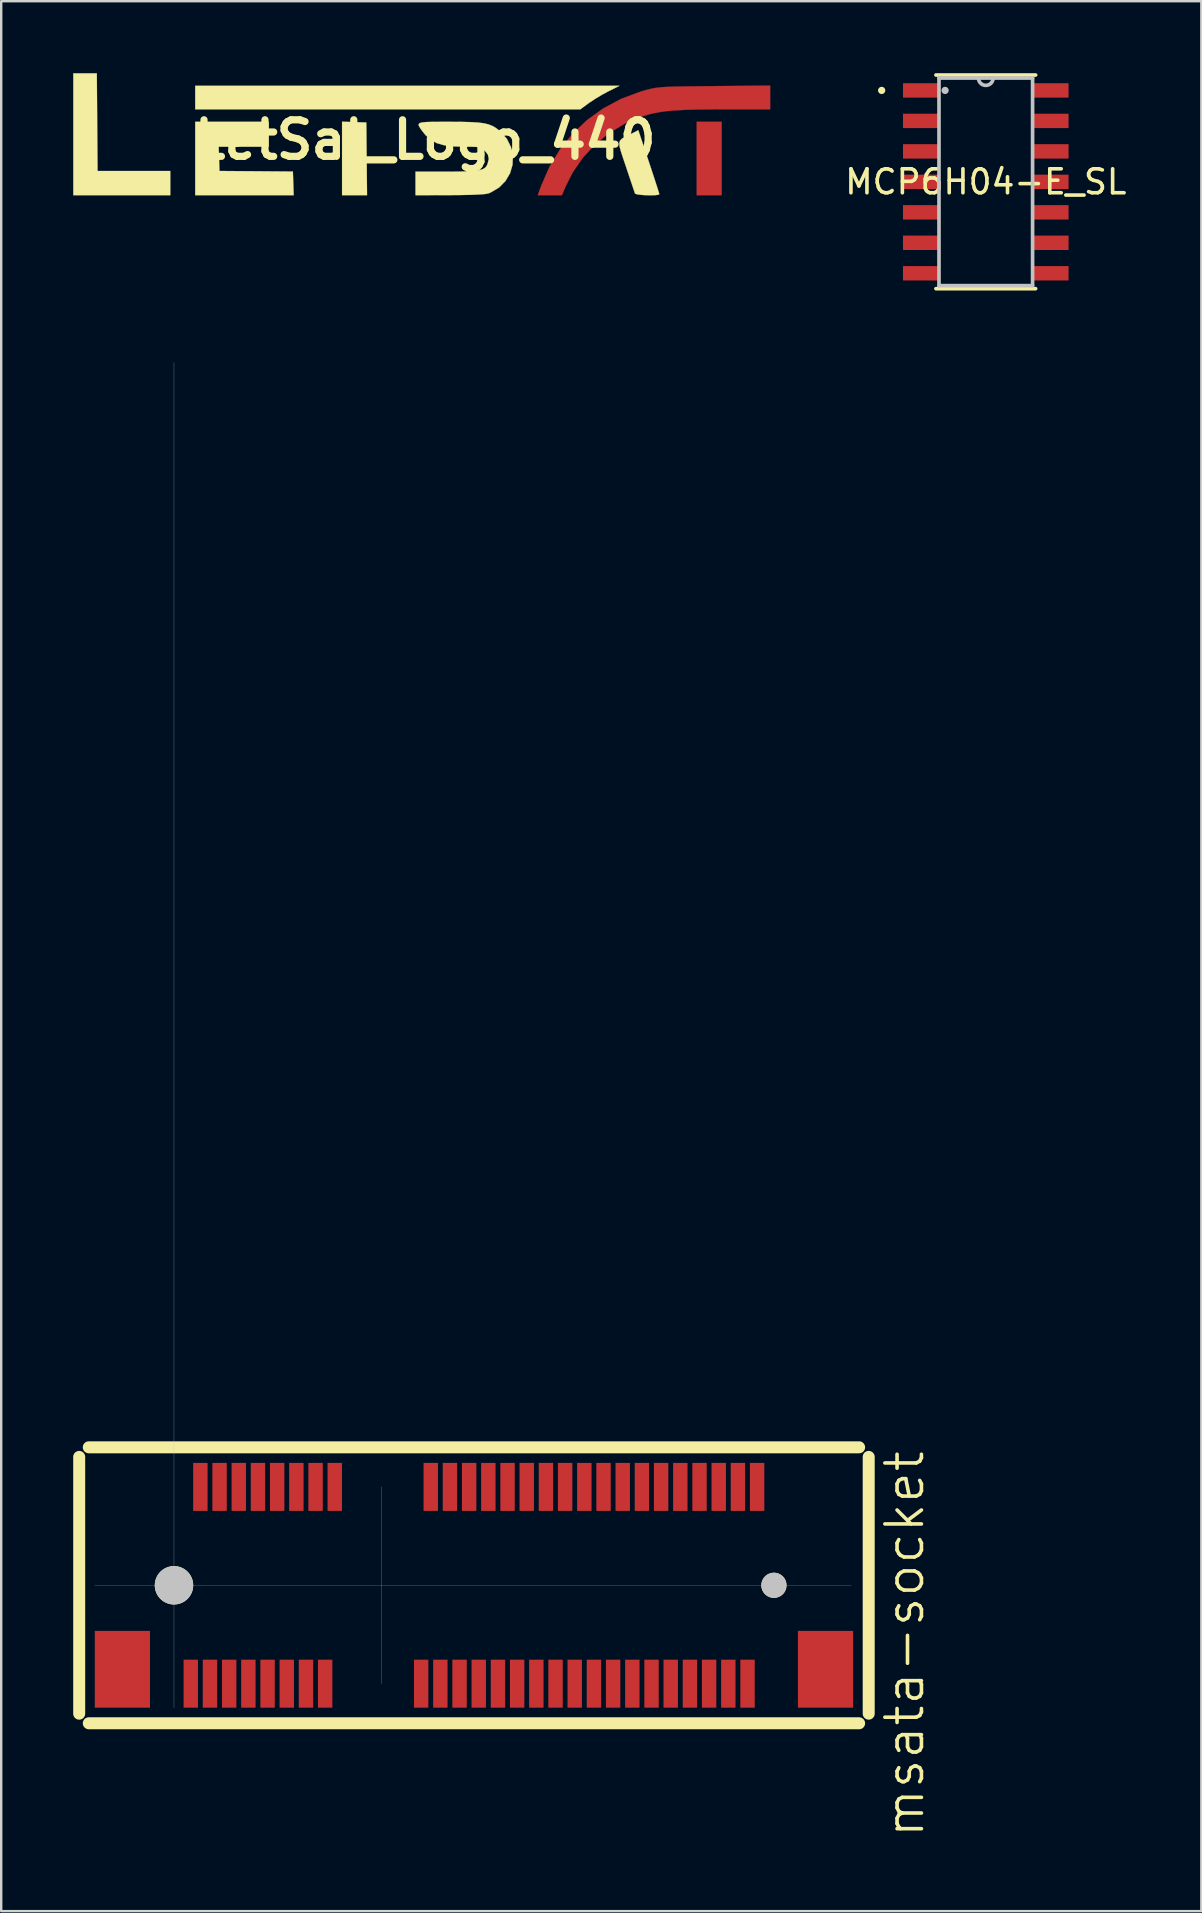
<source format=kicad_pcb>
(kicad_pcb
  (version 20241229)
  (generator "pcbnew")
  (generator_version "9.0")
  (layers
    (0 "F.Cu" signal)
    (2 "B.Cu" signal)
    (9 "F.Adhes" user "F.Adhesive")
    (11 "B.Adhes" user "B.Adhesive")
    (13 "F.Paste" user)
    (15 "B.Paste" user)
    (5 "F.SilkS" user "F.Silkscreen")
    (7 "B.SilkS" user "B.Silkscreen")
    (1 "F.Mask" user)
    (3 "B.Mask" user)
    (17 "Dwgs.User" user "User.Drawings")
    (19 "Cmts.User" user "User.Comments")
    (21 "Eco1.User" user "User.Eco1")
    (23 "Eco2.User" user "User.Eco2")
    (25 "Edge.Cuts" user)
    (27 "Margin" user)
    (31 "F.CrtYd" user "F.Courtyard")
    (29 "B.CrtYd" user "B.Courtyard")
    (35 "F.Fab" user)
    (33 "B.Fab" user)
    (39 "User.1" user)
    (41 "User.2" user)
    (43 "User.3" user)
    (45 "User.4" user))
  (footprint "msata-socket"
    (layer "F.Cu")
    (at 4.2 63.011)
    (property "Reference" "msata-socket" (at 30.45 2.45 90) (layer "F.SilkS") (effects (font (size 1.524 1.524) (thickness 0.15))))
    (attr through_hole)
    (fp_line (start -3.95 -5.35) (end -3.95 5.35) (stroke (width 0.5) (type solid)) (layer "F.SilkS"))
    (fp_line (start -3.55 5.75) (end 28.55 5.75) (stroke (width 0.5) (type solid)) (layer "F.SilkS"))
    (fp_line (start 28.55 -5.75) (end -3.55 -5.75) (stroke (width 0.5) (type solid)) (layer "F.SilkS"))
    (fp_line (start 28.95 5.35) (end 28.95 -5.35) (stroke (width 0.5) (type solid)) (layer "F.SilkS"))
    (fp_line (start -3.3 0) (end 28.225 0) (stroke (width 0.01) (type solid)) (layer "Dwgs.User"))
    (fp_line (start 0 -50.95) (end 0 5.1) (stroke (width 0.01) (type solid)) (layer "Dwgs.User"))
    (fp_line (start 8.65 4.1) (end 8.65 -4.1) (stroke (width 0.01) (type solid)) (layer "Dwgs.User"))
    (pad "" smd rect (at -2.15 3.5) (size 2.3 3.2) (layers "F.Cu" "F.Mask" "F.Paste"))
    (pad "" connect circle (at 0 0) (size 1.6 1.6) (layers "F.SilkS" "Dwgs.User"))
    (pad "" connect circle (at 25 0) (size 1.05 1.05) (layers "F.SilkS" "Dwgs.User"))
    (pad "" smd rect (at 27.15 3.5) (size 2.3 3.2) (layers "F.Cu" "F.Mask" "F.Paste"))
    (pad "1" smd rect (at 0.7 4.1) (size 0.6 2) (layers "F.Cu" "F.Mask" "F.Paste"))
    (pad "2" smd rect (at 1.1 -4.1) (size 0.6 2) (layers "F.Cu" "F.Mask" "F.Paste"))
    (pad "3" smd rect (at 1.5 4.1) (size 0.6 2) (layers "F.Cu" "F.Mask" "F.Paste"))
    (pad "4" smd rect (at 1.9 -4.1) (size 0.6 2) (layers "F.Cu" "F.Mask" "F.Paste"))
    (pad "5" smd rect (at 2.3 4.1) (size 0.6 2) (layers "F.Cu" "F.Mask" "F.Paste"))
    (pad "6" smd rect (at 2.7 -4.1) (size 0.6 2) (layers "F.Cu" "F.Mask" "F.Paste"))
    (pad "7" smd rect (at 3.1 4.1) (size 0.6 2) (layers "F.Cu" "F.Mask" "F.Paste"))
    (pad "8" smd rect (at 3.5 -4.1) (size 0.6 2) (layers "F.Cu" "F.Mask" "F.Paste"))
    (pad "9" smd rect (at 3.9 4.1) (size 0.6 2) (layers "F.Cu" "F.Mask" "F.Paste"))
    (pad "10" smd rect (at 4.3 -4.1) (size 0.6 2) (layers "F.Cu" "F.Mask" "F.Paste"))
    (pad "11" smd rect (at 4.7 4.1) (size 0.6 2) (layers "F.Cu" "F.Mask" "F.Paste"))
    (pad "12" smd rect (at 5.1 -4.1) (size 0.6 2) (layers "F.Cu" "F.Mask" "F.Paste"))
    (pad "13" smd rect (at 5.5 4.1) (size 0.6 2) (layers "F.Cu" "F.Mask" "F.Paste"))
    (pad "14" smd rect (at 5.9 -4.1) (size 0.6 2) (layers "F.Cu" "F.Mask" "F.Paste"))
    (pad "15" smd rect (at 6.3 4.1) (size 0.6 2) (layers "F.Cu" "F.Mask" "F.Paste"))
    (pad "16" smd rect (at 6.7 -4.1) (size 0.6 2) (layers "F.Cu" "F.Mask" "F.Paste"))
    (pad "17" smd rect (at 10.3 4.1) (size 0.6 2) (layers "F.Cu" "F.Mask" "F.Paste"))
    (pad "18" smd rect (at 10.7 -4.1) (size 0.6 2) (layers "F.Cu" "F.Mask" "F.Paste"))
    (pad "19" smd rect (at 11.1 4.1) (size 0.6 2) (layers "F.Cu" "F.Mask" "F.Paste"))
    (pad "20" smd rect (at 11.5 -4.1) (size 0.6 2) (layers "F.Cu" "F.Mask" "F.Paste"))
    (pad "21" smd rect (at 11.9 4.1) (size 0.6 2) (layers "F.Cu" "F.Mask" "F.Paste"))
    (pad "22" smd rect (at 12.3 -4.1) (size 0.6 2) (layers "F.Cu" "F.Mask" "F.Paste"))
    (pad "23" smd rect (at 12.7 4.1) (size 0.6 2) (layers "F.Cu" "F.Mask" "F.Paste"))
    (pad "24" smd rect (at 13.1 -4.1) (size 0.6 2) (layers "F.Cu" "F.Mask" "F.Paste"))
    (pad "25" smd rect (at 13.5 4.1) (size 0.6 2) (layers "F.Cu" "F.Mask" "F.Paste"))
    (pad "26" smd rect (at 13.9 -4.1) (size 0.6 2) (layers "F.Cu" "F.Mask" "F.Paste"))
    (pad "27" smd rect (at 14.3 4.1) (size 0.6 2) (layers "F.Cu" "F.Mask" "F.Paste"))
    (pad "28" smd rect (at 14.7 -4.1) (size 0.6 2) (layers "F.Cu" "F.Mask" "F.Paste"))
    (pad "29" smd rect (at 15.1 4.1) (size 0.6 2) (layers "F.Cu" "F.Mask" "F.Paste"))
    (pad "30" smd rect (at 15.5 -4.1) (size 0.6 2) (layers "F.Cu" "F.Mask" "F.Paste"))
    (pad "31" smd rect (at 15.9 4.1) (size 0.6 2) (layers "F.Cu" "F.Mask" "F.Paste"))
    (pad "32" smd rect (at 16.3 -4.1) (size 0.6 2) (layers "F.Cu" "F.Mask" "F.Paste"))
    (pad "33" smd rect (at 16.7 4.1) (size 0.6 2) (layers "F.Cu" "F.Mask" "F.Paste"))
    (pad "34" smd rect (at 17.1 -4.1) (size 0.6 2) (layers "F.Cu" "F.Mask" "F.Paste"))
    (pad "35" smd rect (at 17.5 4.1) (size 0.6 2) (layers "F.Cu" "F.Mask" "F.Paste"))
    (pad "36" smd rect (at 17.9 -4.1) (size 0.6 2) (layers "F.Cu" "F.Mask" "F.Paste"))
    (pad "37" smd rect (at 18.3 4.1) (size 0.6 2) (layers "F.Cu" "F.Mask" "F.Paste"))
    (pad "38" smd rect (at 18.7 -4.1) (size 0.6 2) (layers "F.Cu" "F.Mask" "F.Paste"))
    (pad "39" smd rect (at 19.1 4.1) (size 0.6 2) (layers "F.Cu" "F.Mask" "F.Paste"))
    (pad "40" smd rect (at 19.5 -4.1) (size 0.6 2) (layers "F.Cu" "F.Mask" "F.Paste"))
    (pad "41" smd rect (at 19.9 4.1) (size 0.6 2) (layers "F.Cu" "F.Mask" "F.Paste"))
    (pad "42" smd rect (at 20.3 -4.1) (size 0.6 2) (layers "F.Cu" "F.Mask" "F.Paste"))
    (pad "43" smd rect (at 20.7 4.1) (size 0.6 2) (layers "F.Cu" "F.Mask" "F.Paste"))
    (pad "44" smd rect (at 21.1 -4.1) (size 0.6 2) (layers "F.Cu" "F.Mask" "F.Paste"))
    (pad "45" smd rect (at 21.5 4.1) (size 0.6 2) (layers "F.Cu" "F.Mask" "F.Paste"))
    (pad "46" smd rect (at 21.9 -4.1) (size 0.6 2) (layers "F.Cu" "F.Mask" "F.Paste"))
    (pad "47" smd rect (at 22.3 4.1) (size 0.6 2) (layers "F.Cu" "F.Mask" "F.Paste"))
    (pad "48" smd rect (at 22.7 -4.1) (size 0.6 2) (layers "F.Cu" "F.Mask" "F.Paste"))
    (pad "49" smd rect (at 23.1 4.1) (size 0.6 2) (layers "F.Cu" "F.Mask" "F.Paste"))
    (pad "50" smd rect (at 23.5 -4.1) (size 0.6 2) (layers "F.Cu" "F.Mask" "F.Paste"))
    (pad "51" smd rect (at 23.9 4.1) (size 0.6 2) (layers "F.Cu" "F.Mask" "F.Paste"))
    (pad "52" smd rect (at 24.3 -4.1) (size 0.6 2) (layers "F.Cu" "F.Mask" "F.Paste")))
  (footprint "MCP6H04-E_SL"
    (layer "F.Cu")
    (at 38.029 4.528)
    (property "Reference" "MCP6H04-E_SL" (at 0 0 0) (layer "F.SilkS") (effects (font (size 1 1) (thickness 0.15))))
    (attr through_hole)
    (fp_line (start -2.077 4.452) (end 2.077 4.452) (stroke (width 0.152) (type solid)) (layer "F.SilkS"))
    (fp_line (start 2.077 -4.452) (end -2.077 -4.452) (stroke (width 0.152) (type solid)) (layer "F.SilkS"))
    (fp_circle (center -4.339 -3.81) (end -4.263 -3.81) (stroke (width 0.152) (type solid)) (fill no) (layer "F.SilkS"))
    (fp_line (start -1.95 -4.325) (end -1.95 4.325) (stroke (width 0.152) (type solid)) (layer "Dwgs.User"))
    (fp_line (start -1.95 4.325) (end 1.95 4.325) (stroke (width 0.152) (type solid)) (layer "Dwgs.User"))
    (fp_line (start 1.95 -4.325) (end -1.95 -4.325) (stroke (width 0.152) (type solid)) (layer "Dwgs.User"))
    (fp_line (start 1.95 4.325) (end 1.95 -4.325) (stroke (width 0.152) (type solid)) (layer "Dwgs.User"))
    (fp_arc (start 0.3048 -4.325) (mid 0 -4.0202) (end -0.3048 -4.325) (stroke (width 0.1524) (type solid)) (layer "Dwgs.User"))
    (fp_circle (center -1.696 -3.81) (end -1.62 -3.81) (stroke (width 0.152) (type solid)) (fill no) (layer "Dwgs.User"))
    (fp_text user "Copyright 2016 Accelerated Designs. All rights reserved." (at 0 0 0) (layer "Cmts.User") (effects (font (size 0.127 0.127) (thickness 0.002))))
    (pad "" smd rect (at -2.7 -3.81) (size 1.5 0.6) (layers "F.Mask"))
    (pad "" smd rect (at -2.7 -3.81) (size 1.5 0.6) (layers "F.Paste"))
    (pad "" smd rect (at -2.7 -2.54) (size 1.5 0.6) (layers "F.Mask"))
    (pad "" smd rect (at -2.7 -2.54) (size 1.5 0.6) (layers "F.Paste"))
    (pad "" smd rect (at -2.7 -1.27) (size 1.5 0.6) (layers "F.Mask"))
    (pad "" smd rect (at -2.7 -1.27) (size 1.5 0.6) (layers "F.Paste"))
    (pad "" smd rect (at -2.7 0) (size 1.5 0.6) (layers "F.Mask"))
    (pad "" smd rect (at -2.7 0) (size 1.5 0.6) (layers "F.Paste"))
    (pad "" smd rect (at -2.7 1.27) (size 1.5 0.6) (layers "F.Mask"))
    (pad "" smd rect (at -2.7 1.27) (size 1.5 0.6) (layers "F.Paste"))
    (pad "" smd rect (at -2.7 2.54) (size 1.5 0.6) (layers "F.Mask"))
    (pad "" smd rect (at -2.7 2.54) (size 1.5 0.6) (layers "F.Paste"))
    (pad "" smd rect (at -2.7 3.81) (size 1.5 0.6) (layers "F.Mask"))
    (pad "" smd rect (at -2.7 3.81) (size 1.5 0.6) (layers "F.Paste"))
    (pad "" smd rect (at 2.7 -3.81) (size 1.5 0.6) (layers "F.Mask"))
    (pad "" smd rect (at 2.7 -3.81) (size 1.5 0.6) (layers "F.Paste"))
    (pad "" smd rect (at 2.7 -2.54) (size 1.5 0.6) (layers "F.Mask"))
    (pad "" smd rect (at 2.7 -2.54) (size 1.5 0.6) (layers "F.Paste"))
    (pad "" smd rect (at 2.7 -1.27) (size 1.5 0.6) (layers "F.Mask"))
    (pad "" smd rect (at 2.7 -1.27) (size 1.5 0.6) (layers "F.Paste"))
    (pad "" smd rect (at 2.7 0) (size 1.5 0.6) (layers "F.Mask"))
    (pad "" smd rect (at 2.7 0) (size 1.5 0.6) (layers "F.Paste"))
    (pad "" smd rect (at 2.7 1.27) (size 1.5 0.6) (layers "F.Mask"))
    (pad "" smd rect (at 2.7 1.27) (size 1.5 0.6) (layers "F.Paste"))
    (pad "" smd rect (at 2.7 2.54) (size 1.5 0.6) (layers "F.Mask"))
    (pad "" smd rect (at 2.7 2.54) (size 1.5 0.6) (layers "F.Paste"))
    (pad "" smd rect (at 2.7 3.81) (size 1.5 0.6) (layers "F.Mask"))
    (pad "" smd rect (at 2.7 3.81) (size 1.5 0.6) (layers "F.Paste"))
    (pad "1" smd rect (at -2.7 -3.81) (size 1.5 0.6) (layers "F.Cu"))
    (pad "2" smd rect (at -2.7 -2.54) (size 1.5 0.6) (layers "F.Cu"))
    (pad "3" smd rect (at -2.7 -1.27) (size 1.5 0.6) (layers "F.Cu"))
    (pad "4" smd rect (at -2.7 0) (size 1.5 0.6) (layers "F.Cu"))
    (pad "5" smd rect (at -2.7 1.27) (size 1.5 0.6) (layers "F.Cu"))
    (pad "6" smd rect (at -2.7 2.54) (size 1.5 0.6) (layers "F.Cu"))
    (pad "7" smd rect (at -2.7 3.81) (size 1.5 0.6) (layers "F.Cu"))
    (pad "8" smd rect (at 2.7 3.81) (size 1.5 0.6) (layers "F.Cu"))
    (pad "9" smd rect (at 2.7 2.54) (size 1.5 0.6) (layers "F.Cu"))
    (pad "10" smd rect (at 2.7 1.27) (size 1.5 0.6) (layers "F.Cu"))
    (pad "11" smd rect (at 2.7 0) (size 1.5 0.6) (layers "F.Cu"))
    (pad "12" smd rect (at 2.7 -1.27) (size 1.5 0.6) (layers "F.Cu"))
    (pad "13" smd rect (at 2.7 -2.54) (size 1.5 0.6) (layers "F.Cu"))
    (pad "14" smd rect (at 2.7 -3.81) (size 1.5 0.6) (layers "F.Cu")))
  (footprint "LetSat_Logo_440"
    (layer "F.Cu")
    (at 14.668 2.776)
    (property "Reference" "LetSat_Logo_440" (at 0 0 0) (layer "F.SilkS") (effects (font (size 1.524 1.524) (thickness 0.3))))
    (attr through_hole)
    (fp_poly (pts (xy 12.354 2.309) (xy 11.315 2.309) (xy 11.315 -0.75) (xy 12.354 -0.75) (xy 12.354 2.309)) (stroke (width 0.01) (type solid)) (fill yes) (layer "F.Cu"))
    (fp_poly (pts (xy 14.374 -1.27) (xy 12.525 -1.27) (xy 11.862 -1.268) (xy 11.301 -1.261) (xy 10.827 -1.248) (xy 10.426 -1.227) (xy 10.084 -1.197) (xy 9.786 -1.158) (xy 9.519 -1.107) (xy 9.268 -1.044) (xy 9.019 -0.967) (xy 8.99 -0.957) (xy 8.296 -0.662) (xy 7.652 -0.272) (xy 7.07 0.204) (xy 6.563 0.755) (xy 6.14 1.37) (xy 5.86 1.927) (xy 5.698 2.309) (xy 4.69 2.309) (xy 4.831 1.922) (xy 5.178 1.128) (xy 5.616 0.402) (xy 6.139 -0.249) (xy 6.741 -0.82) (xy 7.417 -1.307) (xy 8.161 -1.705) (xy 8.968 -2.007) (xy 9.167 -2.065) (xy 9.309 -2.102) (xy 9.438 -2.133) (xy 9.566 -2.158) (xy 9.708 -2.178) (xy 9.875 -2.194) (xy 10.082 -2.206) (xy 10.341 -2.215) (xy 10.665 -2.222) (xy 11.067 -2.228) (xy 11.561 -2.233) (xy 12.051 -2.238) (xy 14.374 -2.26) (xy 14.374 -1.27)) (stroke (width 0.01) (type solid)) (fill yes) (layer "F.Cu"))
    (fp_poly (pts (xy 12.354 2.309) (xy 11.315 2.309) (xy 11.315 -0.75) (xy 12.354 -0.75) (xy 12.354 2.309)) (stroke (width 0.01) (type solid)) (fill yes) (layer "F.Mask"))
    (fp_poly (pts (xy 14.374 -1.27) (xy 12.525 -1.27) (xy 11.862 -1.268) (xy 11.301 -1.261) (xy 10.827 -1.248) (xy 10.426 -1.227) (xy 10.084 -1.197) (xy 9.786 -1.158) (xy 9.519 -1.107) (xy 9.268 -1.044) (xy 9.019 -0.967) (xy 8.99 -0.957) (xy 8.296 -0.662) (xy 7.652 -0.272) (xy 7.07 0.204) (xy 6.563 0.755) (xy 6.14 1.37) (xy 5.86 1.927) (xy 5.698 2.309) (xy 4.69 2.309) (xy 4.831 1.922) (xy 5.178 1.128) (xy 5.616 0.402) (xy 6.139 -0.249) (xy 6.741 -0.82) (xy 7.417 -1.307) (xy 8.161 -1.705) (xy 8.968 -2.007) (xy 9.167 -2.065) (xy 9.309 -2.102) (xy 9.438 -2.133) (xy 9.566 -2.158) (xy 9.708 -2.178) (xy 9.875 -2.194) (xy 10.082 -2.206) (xy 10.341 -2.215) (xy 10.665 -2.222) (xy 11.067 -2.228) (xy 11.561 -2.233) (xy 12.051 -2.238) (xy 14.374 -2.26) (xy 14.374 -1.27)) (stroke (width 0.01) (type solid)) (fill yes) (layer "F.Mask"))
    (fp_poly (pts (xy -2.959 -0.738) (xy -2.453 -0.722) (xy -2.423 2.309) (xy -3.464 2.309) (xy -3.464 -0.755) (xy -2.959 -0.738)) (stroke (width 0.01) (type solid)) (fill yes) (layer "F.SilkS"))
    (fp_poly (pts (xy -13.668 -0.736) (xy -13.652 1.299) (xy -10.622 1.299) (xy -10.622 2.309) (xy -14.663 2.309) (xy -14.663 -2.771) (xy -13.683 -2.771) (xy -13.668 -0.736)) (stroke (width 0.01) (type solid)) (fill yes) (layer "F.SilkS"))
    (fp_poly (pts (xy 7.631 -2.019) (xy 7.363 -1.875) (xy 7.083 -1.707) (xy 6.845 -1.549) (xy 6.816 -1.529) (xy 6.465 -1.27) (xy -9.583 -1.27) (xy -9.583 -2.251) (xy 8.095 -2.251) (xy 7.631 -2.019)) (stroke (width 0.01) (type solid)) (fill yes) (layer "F.SilkS"))
    (fp_poly (pts (xy -6.523 0.289) (xy -8.606 0.289) (xy -8.589 0.794) (xy -8.572 1.299) (xy -7.043 1.31) (xy -5.513 1.322) (xy -5.496 1.815) (xy -5.48 2.309) (xy -9.583 2.309) (xy -9.583 -0.75) (xy -6.523 -0.75) (xy -6.523 0.289)) (stroke (width 0.01) (type solid)) (fill yes) (layer "F.SilkS"))
    (fp_poly (pts (xy 9.319 0.911) (xy 9.441 1.279) (xy 9.55 1.612) (xy 9.641 1.892) (xy 9.709 2.105) (xy 9.748 2.234) (xy 9.756 2.266) (xy 9.704 2.293) (xy 9.568 2.308) (xy 9.381 2.312) (xy 9.174 2.307) (xy 8.978 2.293) (xy 8.826 2.271) (xy 8.747 2.242) (xy 8.744 2.237) (xy 8.718 2.162) (xy 8.661 1.995) (xy 8.581 1.756) (xy 8.482 1.462) (xy 8.372 1.133) (xy 8.37 1.126) (xy 8.245 0.757) (xy 8.155 0.481) (xy 8.102 0.281) (xy 8.088 0.14) (xy 8.116 0.039) (xy 8.187 -0.038) (xy 8.305 -0.11) (xy 8.472 -0.193) (xy 8.554 -0.234) (xy 8.881 -0.401) (xy 9.319 0.911)) (stroke (width 0.01) (type solid)) (fill yes) (layer "F.SilkS"))
    (fp_poly (pts (xy 1.497 -0.748) (xy 1.896 -0.738) (xy 2.212 -0.719) (xy 2.461 -0.686) (xy 2.66 -0.636) (xy 2.825 -0.568) (xy 2.972 -0.477) (xy 3.117 -0.36) (xy 3.133 -0.346) (xy 3.404 -0.039) (xy 3.577 0.306) (xy 3.654 0.671) (xy 3.64 1.039) (xy 3.537 1.392) (xy 3.349 1.714) (xy 3.079 1.988) (xy 2.73 2.195) (xy 2.637 2.233) (xy 2.503 2.258) (xy 2.256 2.278) (xy 1.899 2.293) (xy 1.433 2.302) (xy 1.025 2.305) (xy -0.404 2.309) (xy -0.404 1.328) (xy 0.868 1.328) (xy 1.35 1.325) (xy 1.729 1.316) (xy 2.02 1.299) (xy 2.235 1.269) (xy 2.388 1.226) (xy 2.492 1.167) (xy 2.56 1.089) (xy 2.598 1.009) (xy 2.651 0.794) (xy 2.613 0.619) (xy 2.487 0.457) (xy 2.412 0.386) (xy 2.34 0.338) (xy 2.248 0.309) (xy 2.111 0.295) (xy 1.906 0.289) (xy 1.63 0.289) (xy 1.159 0.274) (xy 0.78 0.226) (xy 0.476 0.136) (xy 0.228 -0.001) (xy 0.015 -0.194) (xy -0.121 -0.363) (xy -0.208 -0.484) (xy -0.263 -0.577) (xy -0.277 -0.645) (xy -0.238 -0.693) (xy -0.135 -0.723) (xy 0.043 -0.741) (xy 0.307 -0.748) (xy 0.667 -0.75) (xy 1 -0.75) (xy 1.497 -0.748)) (stroke (width 0.01) (type solid)) (fill yes) (layer "F.SilkS")))
  (gr_rect
    (start -3 -3)
    (end 47.011 76.589)
    (stroke (width 0.1) (type default))
    (fill no)
    (layer "Edge.Cuts")))
</source>
